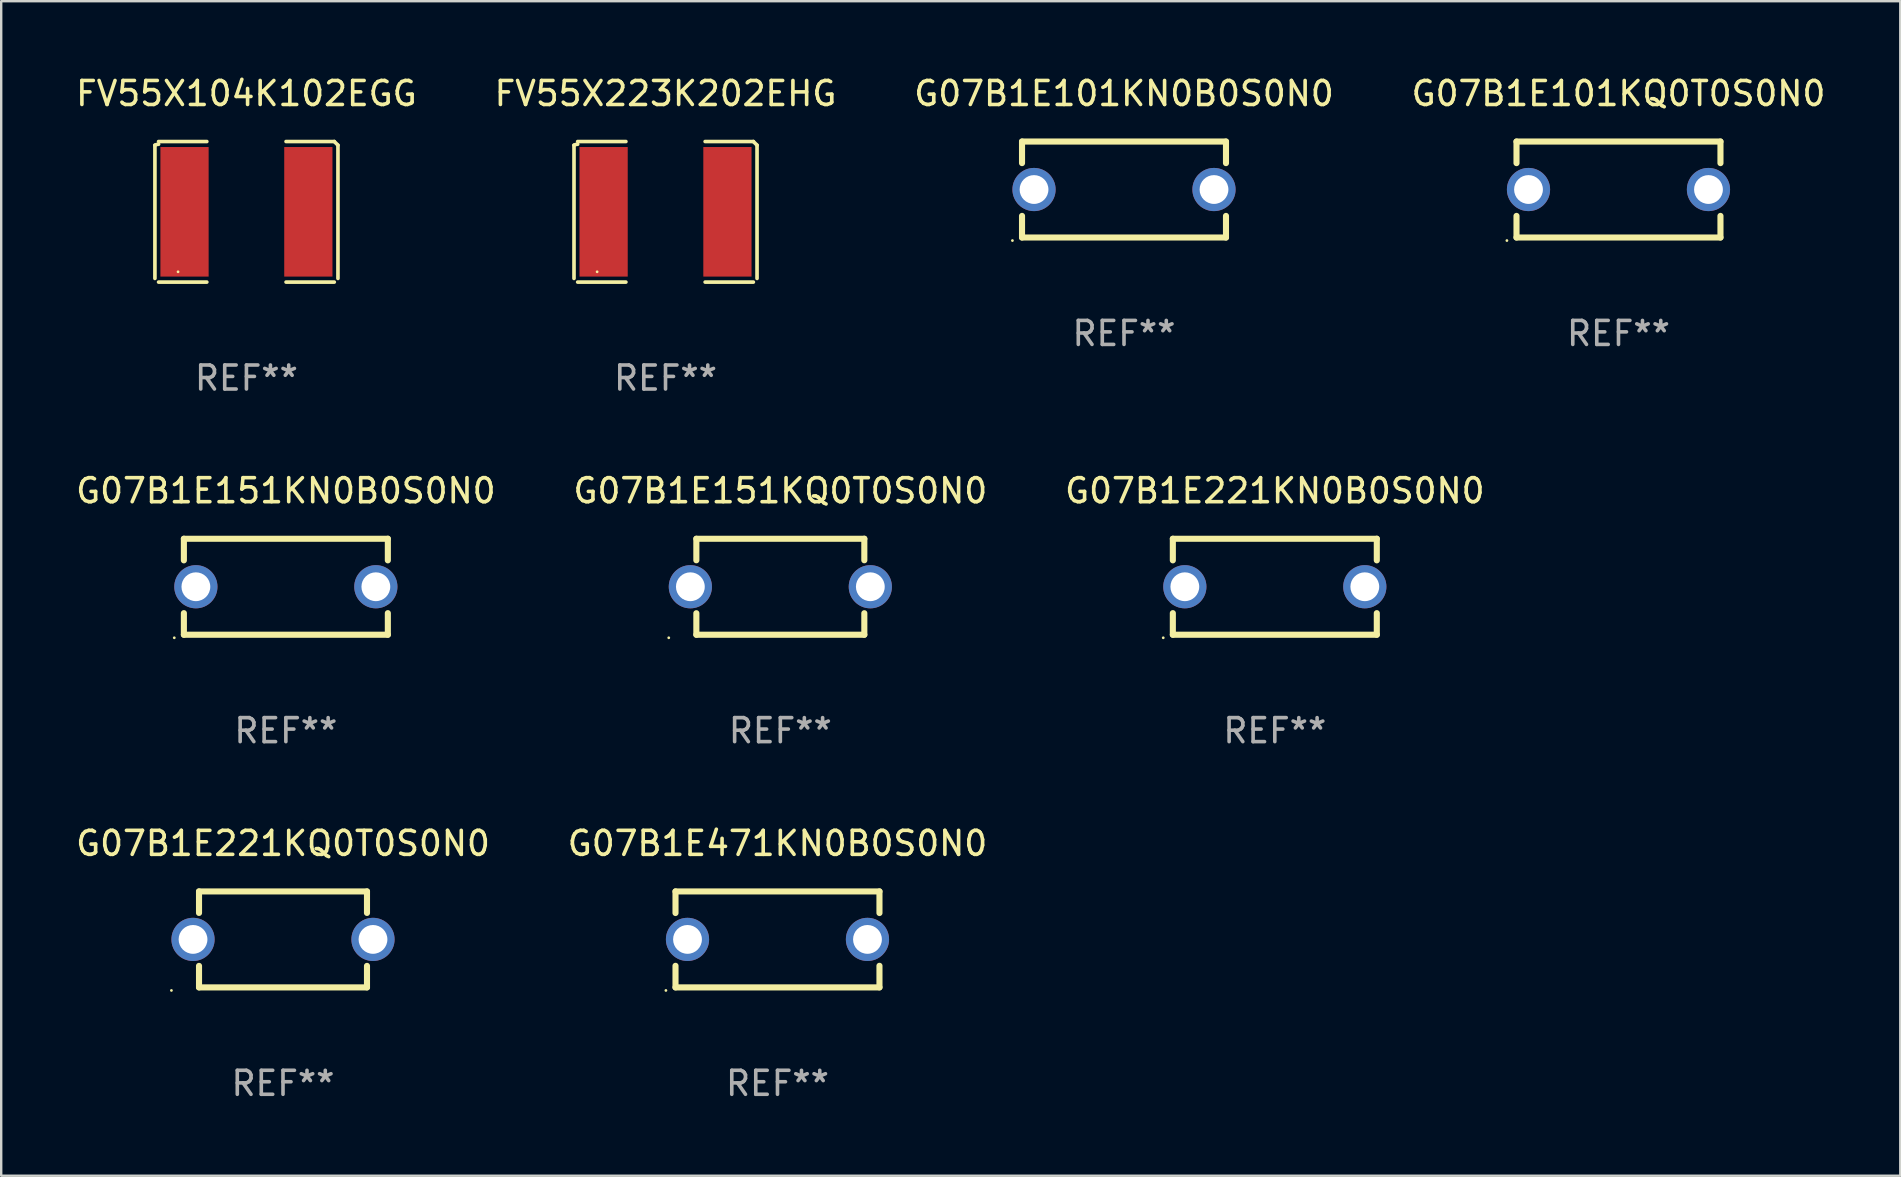
<source format=kicad_pcb>
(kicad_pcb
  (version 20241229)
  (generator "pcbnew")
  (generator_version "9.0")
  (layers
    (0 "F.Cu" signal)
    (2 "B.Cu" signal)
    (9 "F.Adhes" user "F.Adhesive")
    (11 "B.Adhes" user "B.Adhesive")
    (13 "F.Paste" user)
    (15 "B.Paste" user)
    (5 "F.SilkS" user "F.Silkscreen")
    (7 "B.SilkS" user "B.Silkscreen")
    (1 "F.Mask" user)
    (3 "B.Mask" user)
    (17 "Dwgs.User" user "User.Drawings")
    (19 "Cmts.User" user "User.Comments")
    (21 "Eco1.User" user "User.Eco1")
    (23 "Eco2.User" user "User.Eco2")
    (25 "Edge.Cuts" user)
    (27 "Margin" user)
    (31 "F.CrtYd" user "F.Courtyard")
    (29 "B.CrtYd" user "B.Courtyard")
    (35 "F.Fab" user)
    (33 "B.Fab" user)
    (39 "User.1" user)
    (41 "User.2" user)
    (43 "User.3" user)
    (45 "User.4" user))
  (footprint "G07B1E151KQ0T0S0N0"
    (layer "F.Cu")
    (at 29.47 21.402)
    (property "Reference" "G07B1E151KQ0T0S0N0" (at 0 -4 0) (layer "F.SilkS") (effects (font (size 1 1) (thickness 0.15))))
    (attr through_hole)
    (fp_line (start -3.5 -2) (end -3.5 -1.103) (stroke (width 0.254) (type solid)) (layer "F.SilkS"))
    (fp_line (start -3.5 -2) (end 3.5 -2) (stroke (width 0.254) (type solid)) (layer "F.SilkS"))
    (fp_line (start -3.5 1.103) (end -3.5 2) (stroke (width 0.254) (type solid)) (layer "F.SilkS"))
    (fp_line (start 3.5 -1.103) (end 3.5 -2) (stroke (width 0.254) (type solid)) (layer "F.SilkS"))
    (fp_line (start 3.5 2) (end -3.5 2) (stroke (width 0.254) (type solid)) (layer "F.SilkS"))
    (fp_line (start 3.5 2) (end 3.5 1.103) (stroke (width 0.254) (type solid)) (layer "F.SilkS"))
    (fp_circle (center -4.65 2.127) (end -4.62 2.127) (stroke (width 0.06) (type solid)) (fill no) (layer "F.SilkS"))
    (fp_text user "REF**" (at 0 6 0) (layer "F.Fab") (effects (font (size 1 1) (thickness 0.15))))
    (pad "1" thru_hole circle (at -3.75 0) (size 1.8 1.8) (drill 1.2) (layers "*.Cu" "*.Mask"))
    (pad "2" thru_hole circle (at 3.75 0) (size 1.8 1.8) (drill 1.2) (layers "*.Cu" "*.Mask")))
  (footprint "FV55X223K202EHG"
    (layer "F.Cu")
    (at 24.685 5.777)
    (property "Reference" "FV55X223K202EHG" (at 0 -4.929 0) (layer "F.SilkS") (effects (font (size 1 1) (thickness 0.15))))
    (attr through_hole)
    (fp_line (start -3.814 2.776) (end -3.814 -2.776) (stroke (width 0.152) (type solid)) (layer "F.SilkS"))
    (fp_line (start -3.661 -2.929) (end -1.651 -2.929) (stroke (width 0.152) (type solid)) (layer "F.SilkS"))
    (fp_line (start -1.651 2.929) (end -3.661 2.929) (stroke (width 0.152) (type solid)) (layer "F.SilkS"))
    (fp_line (start 1.651 2.929) (end 3.661 2.929) (stroke (width 0.152) (type solid)) (layer "F.SilkS"))
    (fp_line (start 3.661 -2.929) (end 1.651 -2.929) (stroke (width 0.152) (type solid)) (layer "F.SilkS"))
    (fp_line (start 3.814 2.776) (end 3.814 -2.776) (stroke (width 0.152) (type solid)) (layer "F.SilkS"))
    (fp_arc (start -3.813614 -2.7762) (mid -3.739925 -2.805625) (end -3.661214 -2.815646) (stroke (width 0.1524) (type solid)) (layer "F.SilkS"))
    (fp_arc (start 3.661214 -2.9286) (mid 3.737425 -2.852411) (end 3.813614 -2.7762) (stroke (width 0.1524) (type solid)) (layer "F.SilkS"))
    (fp_circle (center -2.85 2.5) (end -2.82 2.5) (stroke (width 0.06) (type solid)) (fill no) (layer "F.SilkS"))
    (fp_text user "REF**" (at 0 6.929 0) (layer "F.Fab") (effects (font (size 1 1) (thickness 0.15))))
    (pad "1" smd rect (at -2.58 0) (size 2.01 5.4) (layers "F.Cu" "F.Mask" "F.Paste"))
    (pad "2" smd rect (at 2.58 0) (size 2.01 5.4) (layers "F.Cu" "F.Mask" "F.Paste")))
  (footprint "G07B1E101KN0B0S0N0"
    (layer "F.Cu")
    (at 43.792 4.848)
    (property "Reference" "G07B1E101KN0B0S0N0" (at 0 -4 0) (layer "F.SilkS") (effects (font (size 1 1) (thickness 0.15))))
    (attr through_hole)
    (fp_line (start -4.25 -2) (end -4.25 -1.1) (stroke (width 0.254) (type solid)) (layer "F.SilkS"))
    (fp_line (start -4.25 -2) (end 4.25 -2) (stroke (width 0.254) (type solid)) (layer "F.SilkS"))
    (fp_line (start -4.25 1.1) (end -4.25 2) (stroke (width 0.254) (type solid)) (layer "F.SilkS"))
    (fp_line (start 4.25 -2) (end 4.25 -1.1) (stroke (width 0.254) (type solid)) (layer "F.SilkS"))
    (fp_line (start 4.25 1.1) (end 4.25 2) (stroke (width 0.254) (type solid)) (layer "F.SilkS"))
    (fp_line (start 4.25 2) (end -4.25 2) (stroke (width 0.254) (type solid)) (layer "F.SilkS"))
    (fp_circle (center -4.65 2.127) (end -4.62 2.127) (stroke (width 0.06) (type solid)) (fill no) (layer "F.SilkS"))
    (fp_text user "REF**" (at 0 6 0) (layer "F.Fab") (effects (font (size 1 1) (thickness 0.15))))
    (pad "1" thru_hole circle (at -3.75 0) (size 1.8 1.8) (drill 1.2) (layers "*.Cu" "*.Mask"))
    (pad "2" thru_hole circle (at 3.75 0) (size 1.8 1.8) (drill 1.2) (layers "*.Cu" "*.Mask")))
  (footprint "G07B1E221KQ0T0S0N0"
    (layer "F.Cu")
    (at 8.744 36.099)
    (property "Reference" "G07B1E221KQ0T0S0N0" (at 0 -4 0) (layer "F.SilkS") (effects (font (size 1 1) (thickness 0.15))))
    (attr through_hole)
    (fp_line (start -3.5 -2) (end -3.5 -1.103) (stroke (width 0.254) (type solid)) (layer "F.SilkS"))
    (fp_line (start -3.5 -2) (end 3.5 -2) (stroke (width 0.254) (type solid)) (layer "F.SilkS"))
    (fp_line (start -3.5 1.103) (end -3.5 2) (stroke (width 0.254) (type solid)) (layer "F.SilkS"))
    (fp_line (start 3.5 -1.103) (end 3.5 -2) (stroke (width 0.254) (type solid)) (layer "F.SilkS"))
    (fp_line (start 3.5 2) (end -3.5 2) (stroke (width 0.254) (type solid)) (layer "F.SilkS"))
    (fp_line (start 3.5 2) (end 3.5 1.103) (stroke (width 0.254) (type solid)) (layer "F.SilkS"))
    (fp_circle (center -4.65 2.127) (end -4.62 2.127) (stroke (width 0.06) (type solid)) (fill no) (layer "F.SilkS"))
    (fp_text user "REF**" (at 0 6 0) (layer "F.Fab") (effects (font (size 1 1) (thickness 0.15))))
    (pad "1" thru_hole circle (at -3.75 0) (size 1.8 1.8) (drill 1.2) (layers "*.Cu" "*.Mask"))
    (pad "2" thru_hole circle (at 3.75 0) (size 1.8 1.8) (drill 1.2) (layers "*.Cu" "*.Mask")))
  (footprint "G07B1E471KN0B0S0N0"
    (layer "F.Cu")
    (at 29.351 36.099)
    (property "Reference" "G07B1E471KN0B0S0N0" (at 0 -4 0) (layer "F.SilkS") (effects (font (size 1 1) (thickness 0.15))))
    (attr through_hole)
    (fp_line (start -4.25 -2) (end -4.25 -1.1) (stroke (width 0.254) (type solid)) (layer "F.SilkS"))
    (fp_line (start -4.25 -2) (end 4.25 -2) (stroke (width 0.254) (type solid)) (layer "F.SilkS"))
    (fp_line (start -4.25 1.1) (end -4.25 2) (stroke (width 0.254) (type solid)) (layer "F.SilkS"))
    (fp_line (start 4.25 -2) (end 4.25 -1.1) (stroke (width 0.254) (type solid)) (layer "F.SilkS"))
    (fp_line (start 4.25 1.1) (end 4.25 2) (stroke (width 0.254) (type solid)) (layer "F.SilkS"))
    (fp_line (start 4.25 2) (end -4.25 2) (stroke (width 0.254) (type solid)) (layer "F.SilkS"))
    (fp_circle (center -4.65 2.127) (end -4.62 2.127) (stroke (width 0.06) (type solid)) (fill no) (layer "F.SilkS"))
    (fp_text user "REF**" (at 0 6 0) (layer "F.Fab") (effects (font (size 1 1) (thickness 0.15))))
    (pad "1" thru_hole circle (at -3.75 0) (size 1.8 1.8) (drill 1.2) (layers "*.Cu" "*.Mask"))
    (pad "2" thru_hole circle (at 3.75 0) (size 1.8 1.8) (drill 1.2) (layers "*.Cu" "*.Mask")))
  (footprint "G07B1E151KN0B0S0N0"
    (layer "F.Cu")
    (at 8.863 21.402)
    (property "Reference" "G07B1E151KN0B0S0N0" (at 0 -4 0) (layer "F.SilkS") (effects (font (size 1 1) (thickness 0.15))))
    (attr through_hole)
    (fp_line (start -4.25 -2) (end -4.25 -1.1) (stroke (width 0.254) (type solid)) (layer "F.SilkS"))
    (fp_line (start -4.25 -2) (end 4.25 -2) (stroke (width 0.254) (type solid)) (layer "F.SilkS"))
    (fp_line (start -4.25 1.1) (end -4.25 2) (stroke (width 0.254) (type solid)) (layer "F.SilkS"))
    (fp_line (start 4.25 -2) (end 4.25 -1.1) (stroke (width 0.254) (type solid)) (layer "F.SilkS"))
    (fp_line (start 4.25 1.1) (end 4.25 2) (stroke (width 0.254) (type solid)) (layer "F.SilkS"))
    (fp_line (start 4.25 2) (end -4.25 2) (stroke (width 0.254) (type solid)) (layer "F.SilkS"))
    (fp_circle (center -4.65 2.127) (end -4.62 2.127) (stroke (width 0.06) (type solid)) (fill no) (layer "F.SilkS"))
    (fp_text user "REF**" (at 0 6 0) (layer "F.Fab") (effects (font (size 1 1) (thickness 0.15))))
    (pad "1" thru_hole circle (at -3.75 0) (size 1.8 1.8) (drill 1.2) (layers "*.Cu" "*.Mask"))
    (pad "2" thru_hole circle (at 3.75 0) (size 1.8 1.8) (drill 1.2) (layers "*.Cu" "*.Mask")))
  (footprint "G07B1E221KN0B0S0N0"
    (layer "F.Cu")
    (at 50.077 21.402)
    (property "Reference" "G07B1E221KN0B0S0N0" (at 0 -4 0) (layer "F.SilkS") (effects (font (size 1 1) (thickness 0.15))))
    (attr through_hole)
    (fp_line (start -4.25 -2) (end -4.25 -1.1) (stroke (width 0.254) (type solid)) (layer "F.SilkS"))
    (fp_line (start -4.25 -2) (end 4.25 -2) (stroke (width 0.254) (type solid)) (layer "F.SilkS"))
    (fp_line (start -4.25 1.1) (end -4.25 2) (stroke (width 0.254) (type solid)) (layer "F.SilkS"))
    (fp_line (start 4.25 -2) (end 4.25 -1.1) (stroke (width 0.254) (type solid)) (layer "F.SilkS"))
    (fp_line (start 4.25 1.1) (end 4.25 2) (stroke (width 0.254) (type solid)) (layer "F.SilkS"))
    (fp_line (start 4.25 2) (end -4.25 2) (stroke (width 0.254) (type solid)) (layer "F.SilkS"))
    (fp_circle (center -4.65 2.127) (end -4.62 2.127) (stroke (width 0.06) (type solid)) (fill no) (layer "F.SilkS"))
    (fp_text user "REF**" (at 0 6 0) (layer "F.Fab") (effects (font (size 1 1) (thickness 0.15))))
    (pad "1" thru_hole circle (at -3.75 0) (size 1.8 1.8) (drill 1.2) (layers "*.Cu" "*.Mask"))
    (pad "2" thru_hole circle (at 3.75 0) (size 1.8 1.8) (drill 1.2) (layers "*.Cu" "*.Mask")))
  (footprint "G07B1E101KQ0T0S0N0"
    (layer "F.Cu")
    (at 64.399 4.848)
    (property "Reference" "G07B1E101KQ0T0S0N0" (at 0 -4 0) (layer "F.SilkS") (effects (font (size 1 1) (thickness 0.15))))
    (attr through_hole)
    (fp_line (start -4.25 -2) (end -4.25 -1.1) (stroke (width 0.254) (type solid)) (layer "F.SilkS"))
    (fp_line (start -4.25 -2) (end 4.25 -2) (stroke (width 0.254) (type solid)) (layer "F.SilkS"))
    (fp_line (start -4.25 1.1) (end -4.25 2) (stroke (width 0.254) (type solid)) (layer "F.SilkS"))
    (fp_line (start 4.25 -2) (end 4.25 -1.1) (stroke (width 0.254) (type solid)) (layer "F.SilkS"))
    (fp_line (start 4.25 1.1) (end 4.25 2) (stroke (width 0.254) (type solid)) (layer "F.SilkS"))
    (fp_line (start 4.25 2) (end -4.25 2) (stroke (width 0.254) (type solid)) (layer "F.SilkS"))
    (fp_circle (center -4.65 2.127) (end -4.62 2.127) (stroke (width 0.06) (type solid)) (fill no) (layer "F.SilkS"))
    (fp_text user "REF**" (at 0 6 0) (layer "F.Fab") (effects (font (size 1 1) (thickness 0.15))))
    (pad "1" thru_hole circle (at -3.75 0) (size 1.8 1.8) (drill 1.2) (layers "*.Cu" "*.Mask"))
    (pad "2" thru_hole circle (at 3.75 0) (size 1.8 1.8) (drill 1.2) (layers "*.Cu" "*.Mask")))
  (footprint "FV55X104K102EGG"
    (layer "F.Cu")
    (at 7.22 5.777)
    (property "Reference" "FV55X104K102EGG" (at 0 -4.929 0) (layer "F.SilkS") (effects (font (size 1 1) (thickness 0.15))))
    (attr through_hole)
    (fp_line (start -3.814 2.776) (end -3.814 -2.776) (stroke (width 0.152) (type solid)) (layer "F.SilkS"))
    (fp_line (start -3.661 -2.929) (end -1.651 -2.929) (stroke (width 0.152) (type solid)) (layer "F.SilkS"))
    (fp_line (start -1.651 2.929) (end -3.661 2.929) (stroke (width 0.152) (type solid)) (layer "F.SilkS"))
    (fp_line (start 1.651 2.929) (end 3.661 2.929) (stroke (width 0.152) (type solid)) (layer "F.SilkS"))
    (fp_line (start 3.661 -2.929) (end 1.651 -2.929) (stroke (width 0.152) (type solid)) (layer "F.SilkS"))
    (fp_line (start 3.814 2.776) (end 3.814 -2.776) (stroke (width 0.152) (type solid)) (layer "F.SilkS"))
    (fp_arc (start -3.813614 -2.7762) (mid -3.739925 -2.805625) (end -3.661214 -2.815646) (stroke (width 0.1524) (type solid)) (layer "F.SilkS"))
    (fp_arc (start 3.661214 -2.9286) (mid 3.737425 -2.852411) (end 3.813614 -2.7762) (stroke (width 0.1524) (type solid)) (layer "F.SilkS"))
    (fp_circle (center -2.85 2.5) (end -2.82 2.5) (stroke (width 0.06) (type solid)) (fill no) (layer "F.SilkS"))
    (fp_text user "REF**" (at 0 6.929 0) (layer "F.Fab") (effects (font (size 1 1) (thickness 0.15))))
    (pad "1" smd rect (at -2.58 0) (size 2.01 5.4) (layers "F.Cu" "F.Mask" "F.Paste"))
    (pad "2" smd rect (at 2.58 0) (size 2.01 5.4) (layers "F.Cu" "F.Mask" "F.Paste")))
  (gr_rect
    (start -3 -3)
    (end 76.143 45.947)
    (stroke (width 0.1) (type default))
    (fill no)
    (layer "Edge.Cuts")))
</source>
